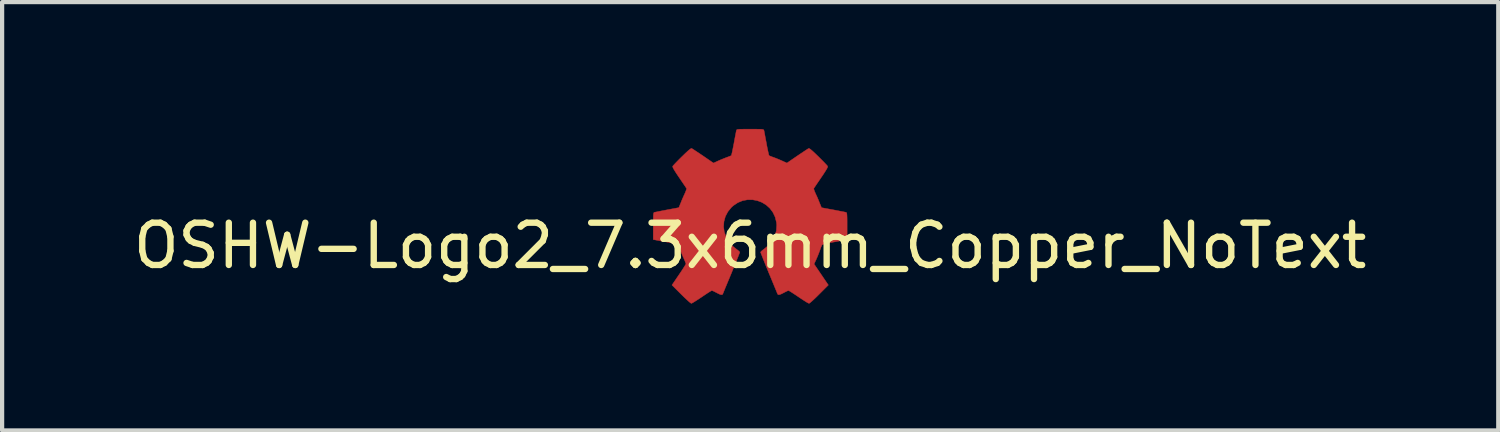
<source format=kicad_pcb>
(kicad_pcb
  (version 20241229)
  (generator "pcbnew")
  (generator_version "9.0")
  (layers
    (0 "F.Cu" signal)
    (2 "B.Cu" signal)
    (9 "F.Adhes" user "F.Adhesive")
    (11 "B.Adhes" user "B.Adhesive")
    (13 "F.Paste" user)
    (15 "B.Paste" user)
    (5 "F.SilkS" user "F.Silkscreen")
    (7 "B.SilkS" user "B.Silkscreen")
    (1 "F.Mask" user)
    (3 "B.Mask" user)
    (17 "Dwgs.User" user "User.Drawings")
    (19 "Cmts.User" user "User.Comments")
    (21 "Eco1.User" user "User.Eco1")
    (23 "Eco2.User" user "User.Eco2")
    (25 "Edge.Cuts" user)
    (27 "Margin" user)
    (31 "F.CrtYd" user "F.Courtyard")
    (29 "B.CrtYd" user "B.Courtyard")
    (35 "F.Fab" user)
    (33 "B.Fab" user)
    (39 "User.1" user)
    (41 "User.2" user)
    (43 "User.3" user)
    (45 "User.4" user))
  (footprint "OSHW-Logo2_7.3x6mm_Copper_NoText"
    (layer "F.Cu")
    (at 14.696 2.763)
    (property "Reference" "OSHW-Logo2_7.3x6mm_Copper_NoText" (at 0 0 0) (layer "F.SilkS") (effects (font (size 1 1) (thickness 0.15))))
    (attr exclude_from_pos_files exclude_from_bom)
    (fp_poly (pts (xy 0.104 -2.758) (xy 0.182 -2.757) (xy 0.239 -2.756) (xy 0.278 -2.754) (xy 0.303 -2.75) (xy 0.316 -2.744) (xy 0.323 -2.737) (xy 0.326 -2.726) (xy 0.327 -2.725) (xy 0.332 -2.701) (xy 0.341 -2.653) (xy 0.353 -2.587) (xy 0.368 -2.508) (xy 0.385 -2.42) (xy 0.385 -2.417) (xy 0.401 -2.331) (xy 0.417 -2.255) (xy 0.43 -2.194) (xy 0.44 -2.152) (xy 0.446 -2.133) (xy 0.447 -2.133) (xy 0.465 -2.124) (xy 0.502 -2.109) (xy 0.551 -2.091) (xy 0.552 -2.091) (xy 0.613 -2.068) (xy 0.686 -2.038) (xy 0.754 -2.008) (xy 0.757 -2.007) (xy 0.869 -1.956) (xy 1.115 -2.125) (xy 1.191 -2.176) (xy 1.26 -2.222) (xy 1.317 -2.26) (xy 1.359 -2.287) (xy 1.383 -2.301) (xy 1.385 -2.302) (xy 1.402 -2.298) (xy 1.434 -2.275) (xy 1.481 -2.235) (xy 1.546 -2.174) (xy 1.612 -2.11) (xy 1.676 -2.046) (xy 1.733 -1.989) (xy 1.78 -1.94) (xy 1.814 -1.904) (xy 1.83 -1.884) (xy 1.831 -1.883) (xy 1.833 -1.869) (xy 1.826 -1.847) (xy 1.809 -1.814) (xy 1.779 -1.765) (xy 1.737 -1.699) (xy 1.679 -1.614) (xy 1.629 -1.54) (xy 1.583 -1.473) (xy 1.546 -1.417) (xy 1.519 -1.378) (xy 1.506 -1.357) (xy 1.505 -1.356) (xy 1.507 -1.336) (xy 1.519 -1.298) (xy 1.54 -1.248) (xy 1.547 -1.232) (xy 1.58 -1.162) (xy 1.614 -1.082) (xy 1.642 -1.012) (xy 1.663 -0.961) (xy 1.679 -0.922) (xy 1.688 -0.901) (xy 1.689 -0.9) (xy 1.706 -0.897) (xy 1.746 -0.89) (xy 1.804 -0.879) (xy 1.875 -0.866) (xy 1.952 -0.852) (xy 2.032 -0.837) (xy 2.107 -0.822) (xy 2.174 -0.809) (xy 2.227 -0.799) (xy 2.26 -0.792) (xy 2.268 -0.79) (xy 2.276 -0.785) (xy 2.283 -0.774) (xy 2.287 -0.754) (xy 2.29 -0.72) (xy 2.292 -0.67) (xy 2.293 -0.599) (xy 2.293 -0.504) (xy 2.293 -0.465) (xy 2.293 -0.147) (xy 2.217 -0.132) (xy 2.175 -0.124) (xy 2.111 -0.112) (xy 2.035 -0.098) (xy 1.953 -0.083) (xy 1.93 -0.079) (xy 1.855 -0.064) (xy 1.789 -0.049) (xy 1.738 -0.037) (xy 1.709 -0.027) (xy 1.704 -0.024) (xy 1.691 -0.003) (xy 1.674 0.038) (xy 1.655 0.09) (xy 1.651 0.102) (xy 1.625 0.172) (xy 1.594 0.25) (xy 1.563 0.321) (xy 1.563 0.322) (xy 1.511 0.433) (xy 1.68 0.681) (xy 1.849 0.93) (xy 1.632 1.147) (xy 1.567 1.212) (xy 1.507 1.269) (xy 1.456 1.315) (xy 1.418 1.348) (xy 1.396 1.363) (xy 1.392 1.364) (xy 1.374 1.356) (xy 1.335 1.335) (xy 1.281 1.301) (xy 1.216 1.259) (xy 1.146 1.212) (xy 1.075 1.164) (xy 1.011 1.122) (xy 0.959 1.089) (xy 0.923 1.067) (xy 0.907 1.06) (xy 0.887 1.066) (xy 0.85 1.083) (xy 0.803 1.107) (xy 0.798 1.11) (xy 0.734 1.142) (xy 0.69 1.158) (xy 0.663 1.158) (xy 0.649 1.143) (xy 0.649 1.143) (xy 0.642 1.126) (xy 0.625 1.085) (xy 0.6 1.024) (xy 0.567 0.945) (xy 0.529 0.852) (xy 0.486 0.748) (xy 0.444 0.648) (xy 0.399 0.537) (xy 0.357 0.434) (xy 0.32 0.342) (xy 0.289 0.265) (xy 0.266 0.206) (xy 0.251 0.167) (xy 0.247 0.153) (xy 0.258 0.136) (xy 0.287 0.11) (xy 0.326 0.081) (xy 0.437 -0.011) (xy 0.523 -0.116) (xy 0.585 -0.233) (xy 0.62 -0.358) (xy 0.628 -0.49) (xy 0.622 -0.552) (xy 0.591 -0.678) (xy 0.538 -0.79) (xy 0.466 -0.886) (xy 0.378 -0.965) (xy 0.278 -1.026) (xy 0.168 -1.067) (xy 0.053 -1.089) (xy -0.065 -1.088) (xy -0.181 -1.066) (xy -0.294 -1.019) (xy -0.4 -0.948) (xy -0.444 -0.908) (xy -0.528 -0.805) (xy -0.587 -0.692) (xy -0.62 -0.573) (xy -0.629 -0.451) (xy -0.613 -0.329) (xy -0.573 -0.211) (xy -0.51 -0.1) (xy -0.423 0.002) (xy -0.326 0.081) (xy -0.286 0.111) (xy -0.257 0.137) (xy -0.247 0.153) (xy -0.252 0.17) (xy -0.267 0.21) (xy -0.291 0.272) (xy -0.323 0.35) (xy -0.36 0.443) (xy -0.403 0.546) (xy -0.444 0.648) (xy -0.49 0.759) (xy -0.533 0.862) (xy -0.571 0.953) (xy -0.603 1.03) (xy -0.627 1.09) (xy -0.643 1.129) (xy -0.649 1.143) (xy -0.663 1.158) (xy -0.69 1.158) (xy -0.734 1.142) (xy -0.797 1.11) (xy -0.798 1.11) (xy -0.845 1.085) (xy -0.884 1.067) (xy -0.906 1.06) (xy -0.907 1.06) (xy -0.923 1.067) (xy -0.96 1.089) (xy -1.012 1.122) (xy -1.075 1.164) (xy -1.146 1.212) (xy -1.218 1.26) (xy -1.283 1.302) (xy -1.336 1.335) (xy -1.374 1.357) (xy -1.392 1.364) (xy -1.409 1.354) (xy -1.443 1.327) (xy -1.49 1.284) (xy -1.547 1.231) (xy -1.612 1.168) (xy -1.633 1.147) (xy -1.85 0.93) (xy -1.684 0.687) (xy -1.634 0.613) (xy -1.59 0.546) (xy -1.555 0.491) (xy -1.53 0.451) (xy -1.519 0.43) (xy -1.519 0.429) (xy -1.525 0.409) (xy -1.54 0.37) (xy -1.562 0.317) (xy -1.578 0.282) (xy -1.607 0.215) (xy -1.635 0.147) (xy -1.656 0.09) (xy -1.662 0.073) (xy -1.679 0.026) (xy -1.695 -0.01) (xy -1.704 -0.024) (xy -1.723 -0.032) (xy -1.766 -0.044) (xy -1.826 -0.058) (xy -1.898 -0.073) (xy -1.93 -0.079) (xy -2.012 -0.094) (xy -2.091 -0.108) (xy -2.159 -0.121) (xy -2.208 -0.13) (xy -2.217 -0.132) (xy -2.293 -0.147) (xy -2.293 -0.465) (xy -2.293 -0.569) (xy -2.292 -0.648) (xy -2.291 -0.705) (xy -2.288 -0.744) (xy -2.284 -0.769) (xy -2.279 -0.782) (xy -2.271 -0.789) (xy -2.268 -0.79) (xy -2.249 -0.794) (xy -2.207 -0.802) (xy -2.148 -0.814) (xy -2.077 -0.828) (xy -1.999 -0.843) (xy -1.92 -0.858) (xy -1.845 -0.872) (xy -1.779 -0.884) (xy -1.727 -0.894) (xy -1.696 -0.899) (xy -1.689 -0.9) (xy -1.683 -0.912) (xy -1.669 -0.946) (xy -1.65 -0.994) (xy -1.642 -1.012) (xy -1.613 -1.085) (xy -1.578 -1.165) (xy -1.547 -1.232) (xy -1.525 -1.284) (xy -1.51 -1.326) (xy -1.504 -1.352) (xy -1.505 -1.356) (xy -1.516 -1.372) (xy -1.54 -1.409) (xy -1.576 -1.461) (xy -1.62 -1.526) (xy -1.67 -1.6) (xy -1.68 -1.614) (xy -1.738 -1.7) (xy -1.78 -1.766) (xy -1.809 -1.814) (xy -1.826 -1.847) (xy -1.833 -1.869) (xy -1.831 -1.883) (xy -1.831 -1.883) (xy -1.816 -1.901) (xy -1.785 -1.935) (xy -1.739 -1.983) (xy -1.683 -2.04) (xy -1.62 -2.103) (xy -1.612 -2.11) (xy -1.533 -2.187) (xy -1.471 -2.244) (xy -1.427 -2.281) (xy -1.398 -2.3) (xy -1.385 -2.302) (xy -1.367 -2.292) (xy -1.328 -2.267) (xy -1.274 -2.231) (xy -1.207 -2.187) (xy -1.133 -2.137) (xy -1.115 -2.125) (xy -0.869 -1.956) (xy -0.757 -2.007) (xy -0.69 -2.036) (xy -0.617 -2.066) (xy -0.554 -2.09) (xy -0.552 -2.091) (xy -0.503 -2.109) (xy -0.465 -2.124) (xy -0.447 -2.133) (xy -0.447 -2.133) (xy -0.441 -2.149) (xy -0.431 -2.19) (xy -0.418 -2.25) (xy -0.403 -2.325) (xy -0.386 -2.41) (xy -0.385 -2.417) (xy -0.369 -2.505) (xy -0.354 -2.585) (xy -0.341 -2.651) (xy -0.332 -2.7) (xy -0.327 -2.725) (xy -0.327 -2.725) (xy -0.323 -2.736) (xy -0.317 -2.744) (xy -0.305 -2.75) (xy -0.281 -2.753) (xy -0.244 -2.756) (xy -0.19 -2.757) (xy -0.114 -2.758) (xy -0.013 -2.758) (xy 0 -2.758) (xy 0.104 -2.758)) (stroke (width 0.01) (type solid)) (fill yes) (layer "F.Cu"))
    (fp_poly (pts (xy 0.104 -2.758) (xy 0.182 -2.757) (xy 0.239 -2.756) (xy 0.278 -2.754) (xy 0.303 -2.75) (xy 0.316 -2.744) (xy 0.323 -2.737) (xy 0.326 -2.726) (xy 0.327 -2.725) (xy 0.332 -2.701) (xy 0.341 -2.653) (xy 0.353 -2.587) (xy 0.368 -2.508) (xy 0.385 -2.42) (xy 0.385 -2.417) (xy 0.401 -2.331) (xy 0.417 -2.255) (xy 0.43 -2.194) (xy 0.44 -2.152) (xy 0.446 -2.133) (xy 0.447 -2.133) (xy 0.465 -2.124) (xy 0.502 -2.109) (xy 0.551 -2.091) (xy 0.552 -2.091) (xy 0.613 -2.068) (xy 0.686 -2.038) (xy 0.754 -2.008) (xy 0.757 -2.007) (xy 0.869 -1.956) (xy 1.115 -2.125) (xy 1.191 -2.176) (xy 1.26 -2.222) (xy 1.317 -2.26) (xy 1.359 -2.287) (xy 1.383 -2.301) (xy 1.385 -2.302) (xy 1.402 -2.298) (xy 1.434 -2.275) (xy 1.481 -2.235) (xy 1.546 -2.174) (xy 1.612 -2.11) (xy 1.676 -2.046) (xy 1.733 -1.989) (xy 1.78 -1.94) (xy 1.814 -1.904) (xy 1.83 -1.884) (xy 1.831 -1.883) (xy 1.833 -1.869) (xy 1.826 -1.847) (xy 1.809 -1.814) (xy 1.779 -1.765) (xy 1.737 -1.699) (xy 1.679 -1.614) (xy 1.629 -1.54) (xy 1.583 -1.473) (xy 1.546 -1.417) (xy 1.519 -1.378) (xy 1.506 -1.357) (xy 1.505 -1.356) (xy 1.507 -1.336) (xy 1.519 -1.298) (xy 1.54 -1.248) (xy 1.547 -1.232) (xy 1.58 -1.162) (xy 1.614 -1.082) (xy 1.642 -1.012) (xy 1.663 -0.961) (xy 1.679 -0.922) (xy 1.688 -0.901) (xy 1.689 -0.9) (xy 1.706 -0.897) (xy 1.746 -0.89) (xy 1.804 -0.879) (xy 1.875 -0.866) (xy 1.952 -0.852) (xy 2.032 -0.837) (xy 2.107 -0.822) (xy 2.174 -0.809) (xy 2.227 -0.799) (xy 2.26 -0.792) (xy 2.268 -0.79) (xy 2.276 -0.785) (xy 2.283 -0.774) (xy 2.287 -0.754) (xy 2.29 -0.72) (xy 2.292 -0.67) (xy 2.293 -0.599) (xy 2.293 -0.504) (xy 2.293 -0.465) (xy 2.293 -0.147) (xy 2.217 -0.132) (xy 2.175 -0.124) (xy 2.111 -0.112) (xy 2.035 -0.098) (xy 1.953 -0.083) (xy 1.93 -0.079) (xy 1.855 -0.064) (xy 1.789 -0.049) (xy 1.738 -0.037) (xy 1.709 -0.027) (xy 1.704 -0.024) (xy 1.691 -0.003) (xy 1.674 0.038) (xy 1.655 0.09) (xy 1.651 0.102) (xy 1.625 0.172) (xy 1.594 0.25) (xy 1.563 0.321) (xy 1.563 0.322) (xy 1.511 0.433) (xy 1.68 0.681) (xy 1.849 0.93) (xy 1.632 1.147) (xy 1.567 1.212) (xy 1.507 1.269) (xy 1.456 1.315) (xy 1.418 1.348) (xy 1.396 1.363) (xy 1.392 1.364) (xy 1.374 1.356) (xy 1.335 1.335) (xy 1.281 1.301) (xy 1.216 1.259) (xy 1.146 1.212) (xy 1.075 1.164) (xy 1.011 1.122) (xy 0.959 1.089) (xy 0.923 1.067) (xy 0.907 1.06) (xy 0.887 1.066) (xy 0.85 1.083) (xy 0.803 1.107) (xy 0.798 1.11) (xy 0.734 1.142) (xy 0.69 1.158) (xy 0.663 1.158) (xy 0.649 1.143) (xy 0.649 1.143) (xy 0.642 1.126) (xy 0.625 1.085) (xy 0.6 1.024) (xy 0.567 0.945) (xy 0.529 0.852) (xy 0.486 0.748) (xy 0.444 0.648) (xy 0.399 0.537) (xy 0.357 0.434) (xy 0.32 0.342) (xy 0.289 0.265) (xy 0.266 0.206) (xy 0.251 0.167) (xy 0.247 0.153) (xy 0.258 0.136) (xy 0.287 0.11) (xy 0.326 0.081) (xy 0.437 -0.011) (xy 0.523 -0.116) (xy 0.585 -0.233) (xy 0.62 -0.358) (xy 0.628 -0.49) (xy 0.622 -0.552) (xy 0.591 -0.678) (xy 0.538 -0.79) (xy 0.466 -0.886) (xy 0.378 -0.965) (xy 0.278 -1.026) (xy 0.168 -1.067) (xy 0.053 -1.089) (xy -0.065 -1.088) (xy -0.181 -1.066) (xy -0.294 -1.019) (xy -0.4 -0.948) (xy -0.444 -0.908) (xy -0.528 -0.805) (xy -0.587 -0.692) (xy -0.62 -0.573) (xy -0.629 -0.451) (xy -0.613 -0.329) (xy -0.573 -0.211) (xy -0.51 -0.1) (xy -0.423 0.002) (xy -0.326 0.081) (xy -0.286 0.111) (xy -0.257 0.137) (xy -0.247 0.153) (xy -0.252 0.17) (xy -0.267 0.21) (xy -0.291 0.272) (xy -0.323 0.35) (xy -0.36 0.443) (xy -0.403 0.546) (xy -0.444 0.648) (xy -0.49 0.759) (xy -0.533 0.862) (xy -0.571 0.953) (xy -0.603 1.03) (xy -0.627 1.09) (xy -0.643 1.129) (xy -0.649 1.143) (xy -0.663 1.158) (xy -0.69 1.158) (xy -0.734 1.142) (xy -0.797 1.11) (xy -0.798 1.11) (xy -0.845 1.085) (xy -0.884 1.067) (xy -0.906 1.06) (xy -0.907 1.06) (xy -0.923 1.067) (xy -0.96 1.089) (xy -1.012 1.122) (xy -1.075 1.164) (xy -1.146 1.212) (xy -1.218 1.26) (xy -1.283 1.302) (xy -1.336 1.335) (xy -1.374 1.357) (xy -1.392 1.364) (xy -1.409 1.354) (xy -1.443 1.327) (xy -1.49 1.284) (xy -1.547 1.231) (xy -1.612 1.168) (xy -1.633 1.147) (xy -1.85 0.93) (xy -1.684 0.687) (xy -1.634 0.613) (xy -1.59 0.546) (xy -1.555 0.491) (xy -1.53 0.451) (xy -1.519 0.43) (xy -1.519 0.429) (xy -1.525 0.409) (xy -1.54 0.37) (xy -1.562 0.317) (xy -1.578 0.282) (xy -1.607 0.215) (xy -1.635 0.147) (xy -1.656 0.09) (xy -1.662 0.073) (xy -1.679 0.026) (xy -1.695 -0.01) (xy -1.704 -0.024) (xy -1.723 -0.032) (xy -1.766 -0.044) (xy -1.826 -0.058) (xy -1.898 -0.073) (xy -1.93 -0.079) (xy -2.012 -0.094) (xy -2.091 -0.108) (xy -2.159 -0.121) (xy -2.208 -0.13) (xy -2.217 -0.132) (xy -2.293 -0.147) (xy -2.293 -0.465) (xy -2.293 -0.569) (xy -2.292 -0.648) (xy -2.291 -0.705) (xy -2.288 -0.744) (xy -2.284 -0.769) (xy -2.279 -0.782) (xy -2.271 -0.789) (xy -2.268 -0.79) (xy -2.249 -0.794) (xy -2.207 -0.802) (xy -2.148 -0.814) (xy -2.077 -0.828) (xy -1.999 -0.843) (xy -1.92 -0.858) (xy -1.845 -0.872) (xy -1.779 -0.884) (xy -1.727 -0.894) (xy -1.696 -0.899) (xy -1.689 -0.9) (xy -1.683 -0.912) (xy -1.669 -0.946) (xy -1.65 -0.994) (xy -1.642 -1.012) (xy -1.613 -1.085) (xy -1.578 -1.165) (xy -1.547 -1.232) (xy -1.525 -1.284) (xy -1.51 -1.326) (xy -1.504 -1.352) (xy -1.505 -1.356) (xy -1.516 -1.372) (xy -1.54 -1.409) (xy -1.576 -1.461) (xy -1.62 -1.526) (xy -1.67 -1.6) (xy -1.68 -1.614) (xy -1.738 -1.7) (xy -1.78 -1.766) (xy -1.809 -1.814) (xy -1.826 -1.847) (xy -1.833 -1.869) (xy -1.831 -1.883) (xy -1.831 -1.883) (xy -1.816 -1.901) (xy -1.785 -1.935) (xy -1.739 -1.983) (xy -1.683 -2.04) (xy -1.62 -2.103) (xy -1.612 -2.11) (xy -1.533 -2.187) (xy -1.471 -2.244) (xy -1.427 -2.281) (xy -1.398 -2.3) (xy -1.385 -2.302) (xy -1.367 -2.292) (xy -1.328 -2.267) (xy -1.274 -2.231) (xy -1.207 -2.187) (xy -1.133 -2.137) (xy -1.115 -2.125) (xy -0.869 -1.956) (xy -0.757 -2.007) (xy -0.69 -2.036) (xy -0.617 -2.066) (xy -0.554 -2.09) (xy -0.552 -2.091) (xy -0.503 -2.109) (xy -0.465 -2.124) (xy -0.447 -2.133) (xy -0.447 -2.133) (xy -0.441 -2.149) (xy -0.431 -2.19) (xy -0.418 -2.25) (xy -0.403 -2.325) (xy -0.386 -2.41) (xy -0.385 -2.417) (xy -0.369 -2.505) (xy -0.354 -2.585) (xy -0.341 -2.651) (xy -0.332 -2.7) (xy -0.327 -2.725) (xy -0.327 -2.725) (xy -0.323 -2.736) (xy -0.317 -2.744) (xy -0.305 -2.75) (xy -0.281 -2.753) (xy -0.244 -2.756) (xy -0.19 -2.757) (xy -0.114 -2.758) (xy -0.013 -2.758) (xy 0 -2.758) (xy 0.104 -2.758)) (stroke (width 0.01) (type solid)) (fill yes) (layer "F.Mask")))
  (gr_rect
    (start -3 -3)
    (end 32.393 7.132)
    (stroke (width 0.1) (type default))
    (fill no)
    (layer "Edge.Cuts")))
</source>
